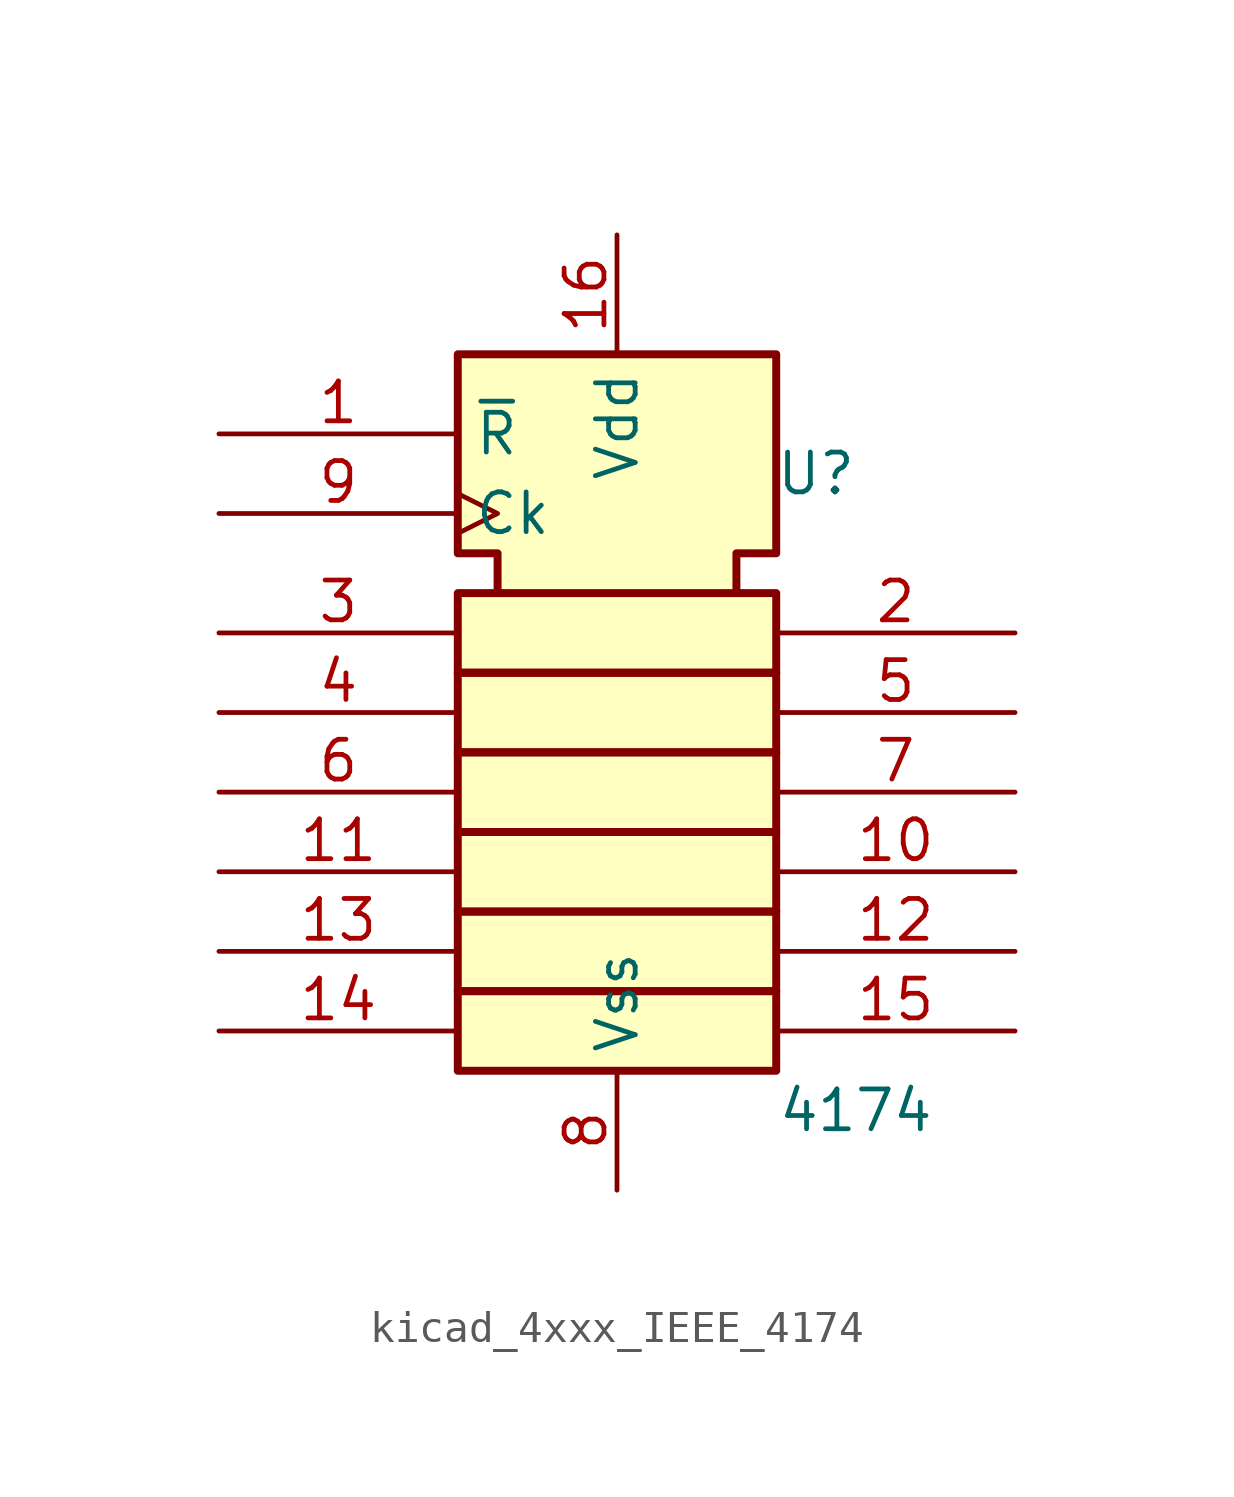
<source format=kicad_sym>
(kicad_symbol_lib
  (version 20220914)
  (generator kicad_symbol_editor)
  (symbol "kicad_4xxx_IEEE_4174"
    (property "Reference" "U"
      (at 6.35 8.89 0)
      (effects (font (size 1.27 1.27))))
    (property "Value" "4174"
      (at 7.62 -11.43 0)
      (effects (font (size 1.27 1.27))))
    (symbol "kicad_4xxx_IEEE_4174_0_0"
      (pin input line (at -12.7 10.16 0) (length 7.62) (name "~{R}" (effects (font (size 1.27 1.27)))) (number "1" (effects (font (size 1.27 1.27)))))
      (pin power_in line (at 0 16.51 270) (length 3.81) (name "Vdd" (effects (font (size 1.27 1.27)))) (number "16" (effects (font (size 1.27 1.27)))))
      (pin power_in line (at 0 -13.97 90) (length 3.81) (name "Vss" (effects (font (size 1.27 1.27)))) (number "8" (effects (font (size 1.27 1.27)))))
      (pin input clock (at -12.7 7.62 0) (length 7.62) (name "Ck" (effects (font (size 1.27 1.27)))) (number "9" (effects (font (size 1.27 1.27))))))
    (symbol "kicad_4xxx_IEEE_4174_0_1"
      (rectangle (start -5.08 -7.62) (end 5.08 -10.16) (stroke (width 0.254) (type default)) (fill (type background)))
      (rectangle (start -5.08 -5.08) (end 5.08 -7.62) (stroke (width 0.254) (type default)) (fill (type background)))
      (rectangle (start -5.08 -2.54) (end 5.08 -5.08) (stroke (width 0.254) (type default)) (fill (type background)))
      (rectangle (start -5.08 0) (end 5.08 -2.54) (stroke (width 0.254) (type default)) (fill (type background)))
      (rectangle (start -5.08 2.54) (end 5.08 0) (stroke (width 0.254) (type default)) (fill (type background)))
      (rectangle (start -5.08 5.08) (end 5.08 2.54) (stroke (width 0.254) (type default)) (fill (type background)))
      (polyline (pts (xy -3.81 5.08) (xy -3.81 6.35) (xy -5.08 6.35) (xy -5.08 12.7) (xy 5.08 12.7) (xy 5.08 6.35) (xy 3.81 6.35) (xy 3.81 5.08) (xy 3.81 5.08)) (stroke (width 0.254) (type default)) (fill (type background))))
    (symbol "kicad_4xxx_IEEE_4174_1_0"
      (pin output line (at 12.7 -3.81 180) (length 7.62) (name "~" (effects (font (size 1.27 1.27)))) (number "10" (effects (font (size 1.27 1.27)))))
      (pin input line (at -12.7 -3.81 0) (length 7.62) (name "~" (effects (font (size 1.27 1.27)))) (number "11" (effects (font (size 1.27 1.27)))))
      (pin output line (at 12.7 -6.35 180) (length 7.62) (name "~" (effects (font (size 1.27 1.27)))) (number "12" (effects (font (size 1.27 1.27)))))
      (pin input line (at -12.7 -6.35 0) (length 7.62) (name "~" (effects (font (size 1.27 1.27)))) (number "13" (effects (font (size 1.27 1.27)))))
      (pin input line (at -12.7 -8.89 0) (length 7.62) (name "~" (effects (font (size 1.27 1.27)))) (number "14" (effects (font (size 1.27 1.27)))))
      (pin output line (at 12.7 -8.89 180) (length 7.62) (name "~" (effects (font (size 1.27 1.27)))) (number "15" (effects (font (size 1.27 1.27)))))
      (pin output line (at 12.7 3.81 180) (length 7.62) (name "~" (effects (font (size 1.27 1.27)))) (number "2" (effects (font (size 1.27 1.27)))))
      (pin input line (at -12.7 3.81 0) (length 7.62) (name "~" (effects (font (size 1.27 1.27)))) (number "3" (effects (font (size 1.27 1.27)))))
      (pin input line (at -12.7 1.27 0) (length 7.62) (name "~" (effects (font (size 1.27 1.27)))) (number "4" (effects (font (size 1.27 1.27)))))
      (pin output line (at 12.7 1.27 180) (length 7.62) (name "~" (effects (font (size 1.27 1.27)))) (number "5" (effects (font (size 1.27 1.27)))))
      (pin input line (at -12.7 -1.27 0) (length 7.62) (name "~" (effects (font (size 1.27 1.27)))) (number "6" (effects (font (size 1.27 1.27)))))
      (pin output line (at 12.7 -1.27 180) (length 7.62) (name "~" (effects (font (size 1.27 1.27)))) (number "7" (effects (font (size 1.27 1.27))))))))
</source>
